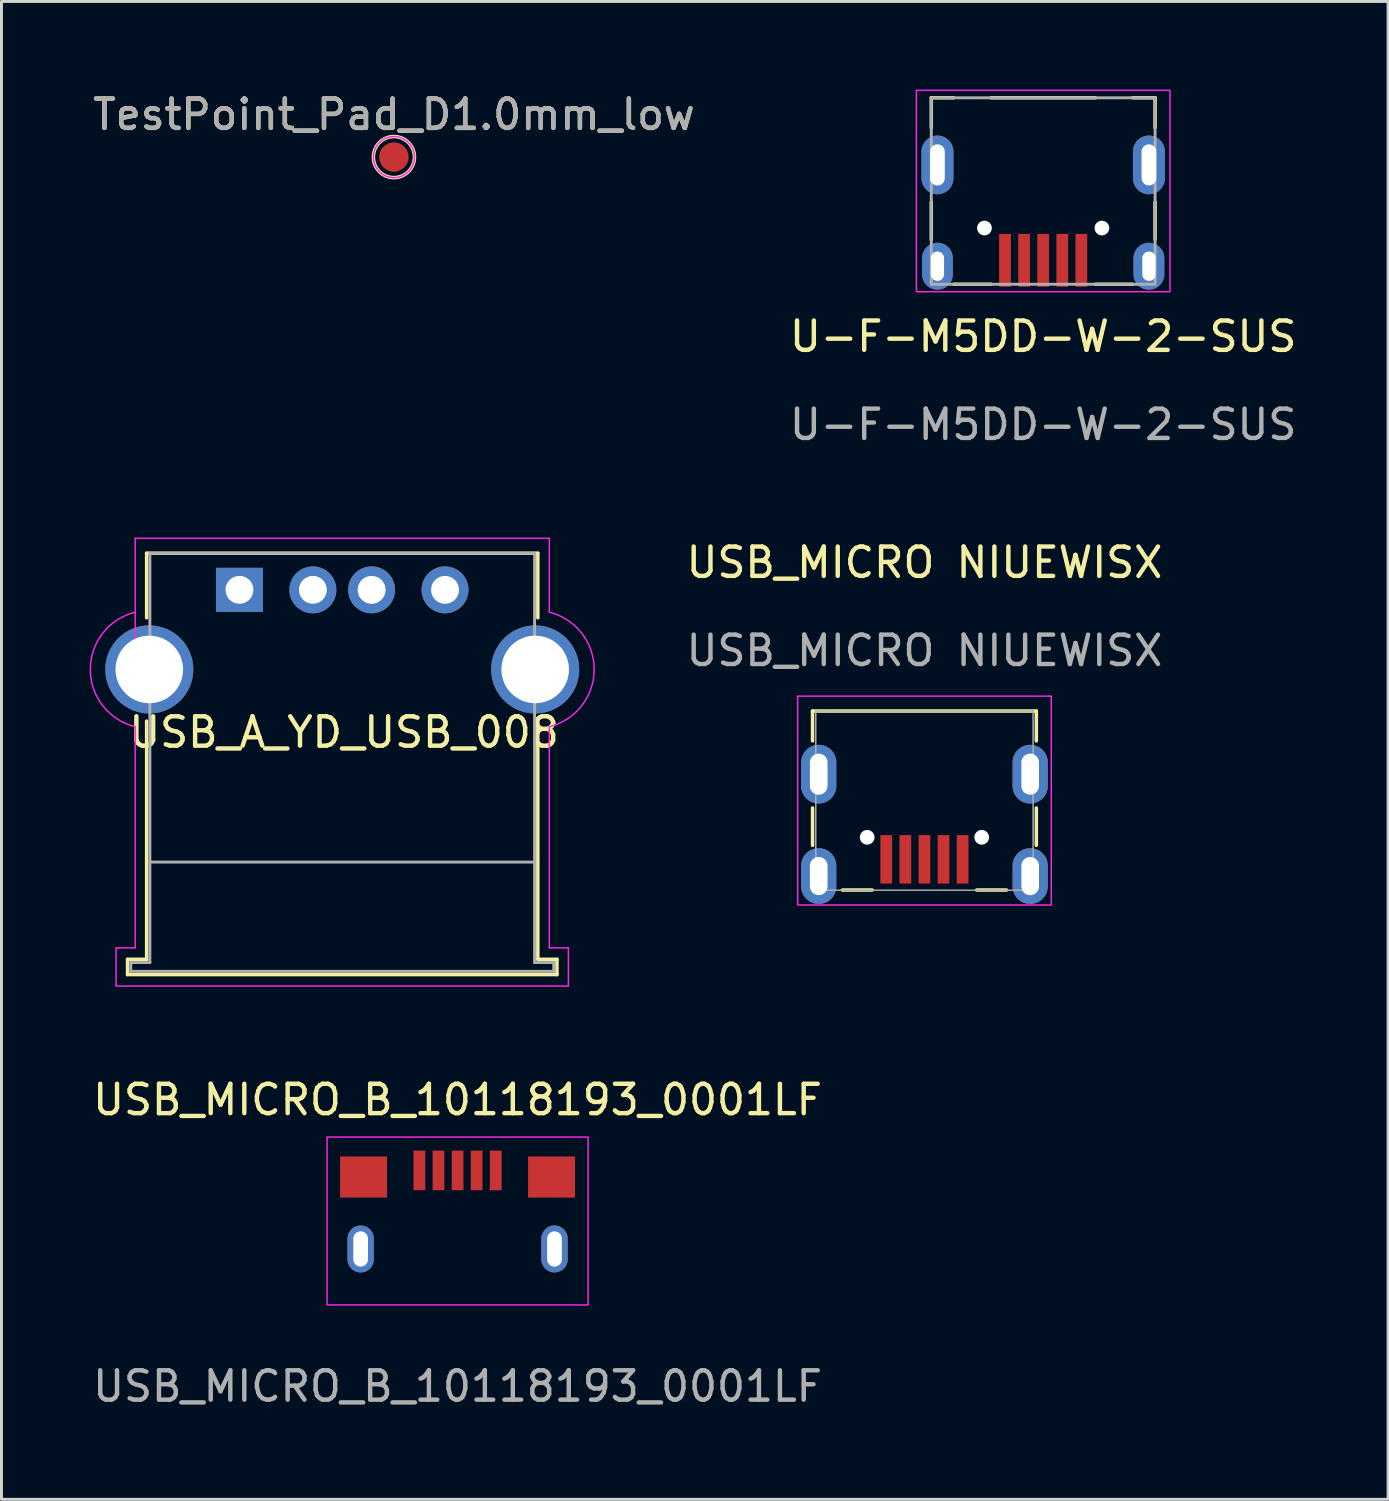
<source format=kicad_pcb>
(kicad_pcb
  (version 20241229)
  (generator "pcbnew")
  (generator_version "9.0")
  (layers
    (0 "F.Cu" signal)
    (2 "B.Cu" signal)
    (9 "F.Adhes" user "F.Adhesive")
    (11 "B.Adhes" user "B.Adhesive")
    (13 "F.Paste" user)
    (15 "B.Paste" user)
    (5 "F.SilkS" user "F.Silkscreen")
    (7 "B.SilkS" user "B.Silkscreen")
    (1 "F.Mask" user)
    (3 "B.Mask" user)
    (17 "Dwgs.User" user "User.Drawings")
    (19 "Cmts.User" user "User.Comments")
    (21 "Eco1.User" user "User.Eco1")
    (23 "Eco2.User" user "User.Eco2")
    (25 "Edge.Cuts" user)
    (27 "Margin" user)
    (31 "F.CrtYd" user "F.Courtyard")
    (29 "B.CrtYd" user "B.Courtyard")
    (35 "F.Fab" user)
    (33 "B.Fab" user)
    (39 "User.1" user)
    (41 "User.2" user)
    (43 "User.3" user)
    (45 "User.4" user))
  (footprint "USB_MICRO_B_10118193_0001LF"
    (layer "F.Cu")
    (at 12.53 39.477)
    (property "Reference" "USB_MICRO_B_10118193_0001LF" (at 0 -5.08 0) (unlocked yes) (layer "F.SilkS") (effects (font (size 1 1) (thickness 0.15))))
    (attr through_hole)
    (fp_rect (start -4.445 -3.81) (end 4.445 1.905) (stroke (width 0.05) (type solid)) (fill no) (layer "F.CrtYd"))
    (fp_line (start -4.572 2.032) (end 4.572 2.032) (stroke (width 0.12) (type solid)) (layer "User.1"))
    (fp_text user "${REFERENCE}" (at 0 4.675 0) (unlocked yes) (layer "F.Fab") (effects (font (size 1 1) (thickness 0.15))))
    (fp_text user "pcb edge" (at 0 1.524 0) (unlocked yes) (layer "User.1") (effects (font (size 0.4 0.4) (thickness 0.05))))
    (pad "1" smd rect (at -1.3 -2.675) (size 0.4 1.35) (layers "F.Cu" "F.Mask" "F.Paste"))
    (pad "2" smd rect (at -0.65 -2.675) (size 0.4 1.35) (layers "F.Cu" "F.Mask" "F.Paste"))
    (pad "3" smd rect (at 0 -2.675) (size 0.4 1.35) (layers "F.Cu" "F.Mask" "F.Paste"))
    (pad "4" smd rect (at 0.65 -2.675) (size 0.4 1.35) (layers "F.Cu" "F.Mask" "F.Paste"))
    (pad "5" smd rect (at 1.3 -2.675) (size 0.4 1.35) (layers "F.Cu" "F.Mask" "F.Paste"))
    (pad "6" thru_hole oval (at -3.3 0) (size 0.9 1.6) (drill oval 0.5 1.2) (layers "*.Cu" "*.Mask"))
    (pad "6" smd rect (at -3.2 -2.45) (size 1.6 1.4) (layers "F.Cu" "F.Mask" "F.Paste"))
    (pad "6" smd rect (at 3.2 -2.45) (size 1.6 1.4) (layers "F.Cu" "F.Mask" "F.Paste"))
    (pad "6" thru_hole oval (at 3.3 0) (size 0.9 1.6) (drill oval 0.5 1.2) (layers "*.Cu" "*.Mask")))
  (footprint "USB_MICRO NIUEWISX"
    (layer "F.Cu")
    (at 28.427 21.16)
    (property "Reference" "USB_MICRO NIUEWISX" (at 0 -5.056 0) (unlocked yes) (layer "F.SilkS") (effects (font (size 1 1) (thickness 0.15))))
    (attr through_hole)
    (fp_line (start -3.81 0) (end 3.81 0) (stroke (width 0.12) (type solid)) (layer "F.SilkS"))
    (fp_line (start -3.81 1.016) (end -3.81 0) (stroke (width 0.12) (type solid)) (layer "F.SilkS"))
    (fp_line (start -3.81 3.302) (end -3.81 4.572) (stroke (width 0.12) (type solid)) (layer "F.SilkS"))
    (fp_line (start -2.794 6.096) (end -1.778 6.096) (stroke (width 0.12) (type solid)) (layer "F.SilkS"))
    (fp_line (start 2.794 6.096) (end 1.778 6.096) (stroke (width 0.12) (type solid)) (layer "F.SilkS"))
    (fp_line (start 3.81 0) (end 3.81 1.016) (stroke (width 0.12) (type solid)) (layer "F.SilkS"))
    (fp_line (start 3.81 3.302) (end 3.81 4.572) (stroke (width 0.12) (type solid)) (layer "F.SilkS"))
    (fp_rect (start -4.318 -0.508) (end 4.318 6.604) (stroke (width 0.05) (type solid)) (fill no) (layer "F.CrtYd"))
    (fp_line (start -3.7 0) (end -3.7 6.1) (stroke (width 0.05) (type solid)) (layer "F.Fab"))
    (fp_line (start -3.7 0) (end 3.7 0) (stroke (width 0.05) (type solid)) (layer "F.Fab"))
    (fp_line (start -3.7 6.1) (end 3.7 6.1) (stroke (width 0.05) (type solid)) (layer "F.Fab"))
    (fp_line (start 3.7 0) (end 3.7 6.1) (stroke (width 0.05) (type solid)) (layer "F.Fab"))
    (fp_text user "${REFERENCE}" (at 0 -2.056 0) (unlocked yes) (layer "F.Fab") (effects (font (size 1 1) (thickness 0.15))))
    (pad "" np_thru_hole circle (at -1.95 4.3) (size 0.5 0.5) (drill 0.5) (layers "*.Cu" "*.Mask"))
    (pad "" np_thru_hole circle (at 1.95 4.3) (size 0.5 0.5) (drill 0.5) (layers "*.Cu" "*.Mask"))
    (pad "1" smd rect (at 1.3 5.05) (size 0.4 1.65) (layers "F.Cu" "F.Mask" "F.Paste"))
    (pad "2" smd rect (at 0.65 5.05) (size 0.4 1.65) (layers "F.Cu" "F.Mask" "F.Paste"))
    (pad "3" smd rect (at 0 5.05) (size 0.4 1.65) (layers "F.Cu" "F.Mask" "F.Paste"))
    (pad "4" smd rect (at -0.65 5.05) (size 0.4 1.65) (layers "F.Cu" "F.Mask" "F.Paste"))
    (pad "5" smd rect (at -1.3 5.05) (size 0.4 1.65) (layers "F.Cu" "F.Mask" "F.Paste"))
    (pad "6" thru_hole oval (at -3.6 2.15) (size 1.2 2) (drill oval 0.6 1.4) (layers "*.Cu" "*.Mask"))
    (pad "6" thru_hole oval (at -3.6 5.62) (size 1.2 1.9) (drill oval 0.6 1.3) (layers "*.Cu" "*.Mask"))
    (pad "6" thru_hole oval (at 3.6 2.15) (size 1.2 2) (drill oval 0.6 1.4) (layers "*.Cu" "*.Mask"))
    (pad "6" thru_hole oval (at 3.6 5.62) (size 1.2 1.9) (drill oval 0.6 1.3) (layers "*.Cu" "*.Mask")))
  (footprint "USB_A_YD_USB_008"
    (layer "F.Cu")
    (at 8.665 23.916)
    (property "Reference" "USB_A_YD_USB_008" (at 0 -2.032 0) (unlocked yes) (layer "F.SilkS") (effects (font (size 1 1) (thickness 0.15))))
    (attr through_hole)
    (fp_line (start -7.372 5.698) (end -7.372 6.218) (stroke (width 0.12) (type solid)) (layer "F.SilkS"))
    (fp_line (start -7.372 6.218) (end 7.248 6.218) (stroke (width 0.12) (type solid)) (layer "F.SilkS"))
    (fp_line (start -6.722 -8.128) (end -6.722 -5.932) (stroke (width 0.12) (type solid)) (layer "F.SilkS"))
    (fp_line (start -6.722 -8.128) (end 6.598 -8.128) (stroke (width 0.12) (type solid)) (layer "F.SilkS"))
    (fp_line (start -6.722 5.698) (end -7.372 5.698) (stroke (width 0.12) (type solid)) (layer "F.SilkS"))
    (fp_line (start -6.722 5.698) (end -6.722 -2.412) (stroke (width 0.12) (type solid)) (layer "F.SilkS"))
    (fp_line (start 6.598 -8.128) (end 6.598 -5.932) (stroke (width 0.12) (type solid)) (layer "F.SilkS"))
    (fp_line (start 6.598 -2.412) (end 6.598 5.698) (stroke (width 0.12) (type solid)) (layer "F.SilkS"))
    (fp_line (start 7.248 5.698) (end 6.598 5.698) (stroke (width 0.12) (type solid)) (layer "F.SilkS"))
    (fp_line (start 7.248 6.218) (end 7.248 5.698) (stroke (width 0.12) (type solid)) (layer "F.SilkS"))
    (fp_line (start -7.762 5.308) (end -7.112 5.308) (stroke (width 0.05) (type solid)) (layer "F.CrtYd"))
    (fp_line (start -7.762 6.608) (end -7.762 5.308) (stroke (width 0.05) (type solid)) (layer "F.CrtYd"))
    (fp_line (start -7.762 6.608) (end 7.638 6.608) (stroke (width 0.05) (type solid)) (layer "F.CrtYd"))
    (fp_line (start -7.112 -8.636) (end -7.112 -5.106) (stroke (width 0.05) (type solid)) (layer "F.CrtYd"))
    (fp_line (start -7.112 -8.636) (end 6.988 -8.636) (stroke (width 0.05) (type solid)) (layer "F.CrtYd"))
    (fp_line (start -7.112 5.308) (end -7.112 -2.222) (stroke (width 0.05) (type solid)) (layer "F.CrtYd"))
    (fp_line (start 6.988 -8.636) (end 6.988 -6.122) (stroke (width 0.05) (type solid)) (layer "F.CrtYd"))
    (fp_line (start 6.988 5.308) (end 6.988 -2.222) (stroke (width 0.05) (type solid)) (layer "F.CrtYd"))
    (fp_line (start 7.638 5.308) (end 6.988 5.308) (stroke (width 0.05) (type solid)) (layer "F.CrtYd"))
    (fp_line (start 7.638 6.608) (end 7.638 5.308) (stroke (width 0.05) (type solid)) (layer "F.CrtYd"))
    (fp_arc (start -7.112 -2.222) (mid -8.640208 -4.172) (end -7.112 -6.122) (stroke (width 0.05) (type solid)) (layer "F.CrtYd"))
    (fp_arc (start 6.988 -6.122) (mid 8.516208 -4.172) (end 6.988 -2.222) (stroke (width 0.05) (type solid)) (layer "F.CrtYd"))
    (fp_line (start -7.262 5.808) (end -7.262 6.108) (stroke (width 0.1) (type solid)) (layer "F.Fab"))
    (fp_line (start -7.262 6.108) (end 7.138 6.108) (stroke (width 0.1) (type solid)) (layer "F.Fab"))
    (fp_line (start -6.612 -8.128) (end 6.488 -8.128) (stroke (width 0.1) (type solid)) (layer "F.Fab"))
    (fp_line (start -6.612 2.388) (end 6.488 2.388) (stroke (width 0.1) (type solid)) (layer "F.Fab"))
    (fp_line (start -6.612 5.808) (end -7.262 5.808) (stroke (width 0.1) (type solid)) (layer "F.Fab"))
    (fp_line (start -6.612 5.808) (end -6.612 -8.128) (stroke (width 0.1) (type solid)) (layer "F.Fab"))
    (fp_line (start 6.488 -8.128) (end 6.488 5.808) (stroke (width 0.1) (type solid)) (layer "F.Fab"))
    (fp_line (start 7.138 5.808) (end 6.488 5.808) (stroke (width 0.1) (type solid)) (layer "F.Fab"))
    (fp_line (start 7.138 6.108) (end 7.138 5.808) (stroke (width 0.1) (type solid)) (layer "F.Fab"))
    (pad "1" thru_hole rect (at -3.562 -6.882) (size 1.6 1.5) (drill 0.95) (layers "*.Cu" "*.Mask"))
    (pad "2" thru_hole circle (at -1.062 -6.882) (size 1.6 1.6) (drill 0.95) (layers "*.Cu" "*.Mask"))
    (pad "3" thru_hole circle (at 0.938 -6.882) (size 1.6 1.6) (drill 0.95) (layers "*.Cu" "*.Mask"))
    (pad "4" thru_hole circle (at 3.438 -6.882) (size 1.6 1.6) (drill 0.95) (layers "*.Cu" "*.Mask"))
    (pad "5" thru_hole circle (at -6.632 -4.172) (size 3 3) (drill 2.3) (layers "*.Cu" "*.Mask"))
    (pad "5" thru_hole circle (at 6.508 -4.172) (size 3 3) (drill 2.3) (layers "*.Cu" "*.Mask")))
  (footprint "U-F-M5DD-W-2-SUS"
    (layer "F.Cu")
    (at 32.47 2.565)
    (property "Reference" "U-F-M5DD-W-2-SUS" (at 0 5.842 0) (unlocked yes) (layer "F.SilkS") (effects (font (size 1 1) (thickness 0.15))))
    (attr smd)
    (fp_line (start -3.81 -2.286) (end -3.81 -1.27) (stroke (width 0.12) (type default)) (layer "F.SilkS"))
    (fp_line (start -3.81 -2.286) (end -3.048 -2.286) (stroke (width 0.12) (type default)) (layer "F.SilkS"))
    (fp_line (start -3.81 1.27) (end -3.81 2.54) (stroke (width 0.12) (type default)) (layer "F.SilkS"))
    (fp_line (start -3.048 4.064) (end -1.778 4.064) (stroke (width 0.12) (type default)) (layer "F.SilkS"))
    (fp_line (start 1.778 -2.286) (end -1.778 -2.286) (stroke (width 0.12) (type default)) (layer "F.SilkS"))
    (fp_line (start 1.778 4.064) (end 3.048 4.064) (stroke (width 0.12) (type default)) (layer "F.SilkS"))
    (fp_line (start 3.048 -2.286) (end 3.81 -2.286) (stroke (width 0.12) (type default)) (layer "F.SilkS"))
    (fp_line (start 3.81 -2.286) (end 3.81 -1.27) (stroke (width 0.12) (type default)) (layer "F.SilkS"))
    (fp_line (start 3.81 1.27) (end 3.81 2.54) (stroke (width 0.12) (type default)) (layer "F.SilkS"))
    (fp_rect (start -4.318 -2.54) (end 4.318 4.318) (stroke (width 0.05) (type default)) (fill no) (layer "F.CrtYd"))
    (fp_rect (start -3.81 -2.286) (end 3.81 4.064) (stroke (width 0.1) (type default)) (fill no) (layer "F.Fab"))
    (fp_text user "${REFERENCE}" (at 0 8.842 0) (unlocked yes) (layer "F.Fab") (effects (font (size 1 1) (thickness 0.15))))
    (pad "" np_thru_hole circle (at -2 2.15 180) (size 0.5 0.5) (drill 0.5) (layers "*.Cu" "*.Mask"))
    (pad "" np_thru_hole circle (at 2 2.15 180) (size 0.5 0.5) (drill 0.5) (layers "*.Cu" "*.Mask"))
    (pad "1" smd rect (at 1.3 3.25) (size 0.4 1.8) (layers "F.Cu" "F.Mask" "F.Paste"))
    (pad "2" smd rect (at 0.65 3.25) (size 0.4 1.8) (layers "F.Cu" "F.Mask" "F.Paste"))
    (pad "3" smd rect (at 0 3.25) (size 0.4 1.8) (layers "F.Cu" "F.Mask" "F.Paste"))
    (pad "4" smd rect (at -0.65 3.25) (size 0.4 1.8) (layers "F.Cu" "F.Mask" "F.Paste"))
    (pad "5" smd rect (at -1.3 3.25) (size 0.4 1.8) (layers "F.Cu" "F.Mask" "F.Paste"))
    (pad "6" thru_hole oval (at -3.6 0 180) (size 1.09 2) (drill oval 0.5 1.4) (layers "*.Cu" "*.Mask"))
    (pad "6" thru_hole oval (at -3.6 3.45 180) (size 1.05 1.6) (drill oval 0.45 1) (layers "*.Cu" "*.Mask"))
    (pad "6" thru_hole oval (at 3.6 0 180) (size 1.09 2) (drill oval 0.5 1.4) (layers "*.Cu" "*.Mask"))
    (pad "6" thru_hole oval (at 3.6 3.45 180) (size 1.05 1.6) (drill oval 0.45 1) (layers "*.Cu" "*.Mask")))
  (footprint "TestPoint_Pad_D1.0mm_low"
    (layer "F.Cu")
    (at 10.363 2.298)
    (property "Reference" "TestPoint_Pad_D1.0mm_low" (at 0 -1.448 0) (layer "F.SilkS") (effects (font (size 1 1) (thickness 0.15))))
    (attr exclude_from_pos_files exclude_from_bom)
    (fp_circle (center 0 0) (end 0 0.7) (stroke (width 0.12) (type solid)) (fill no) (layer "F.SilkS"))
    (fp_circle (center 0 0) (end 0.7 0) (stroke (width 0.05) (type solid)) (fill no) (layer "F.CrtYd"))
    (fp_text user "${REFERENCE}" (at 0 -1.45 0) (layer "F.Fab") (effects (font (size 1 1) (thickness 0.15))))
    (pad "1" smd circle (at 0 0) (size 1 1) (layers "F.Cu" "F.Mask")))
  (gr_rect
    (start -3 -3)
    (end 44.214 48.001)
    (stroke (width 0.1) (type default))
    (fill no)
    (layer "Edge.Cuts")))
</source>
